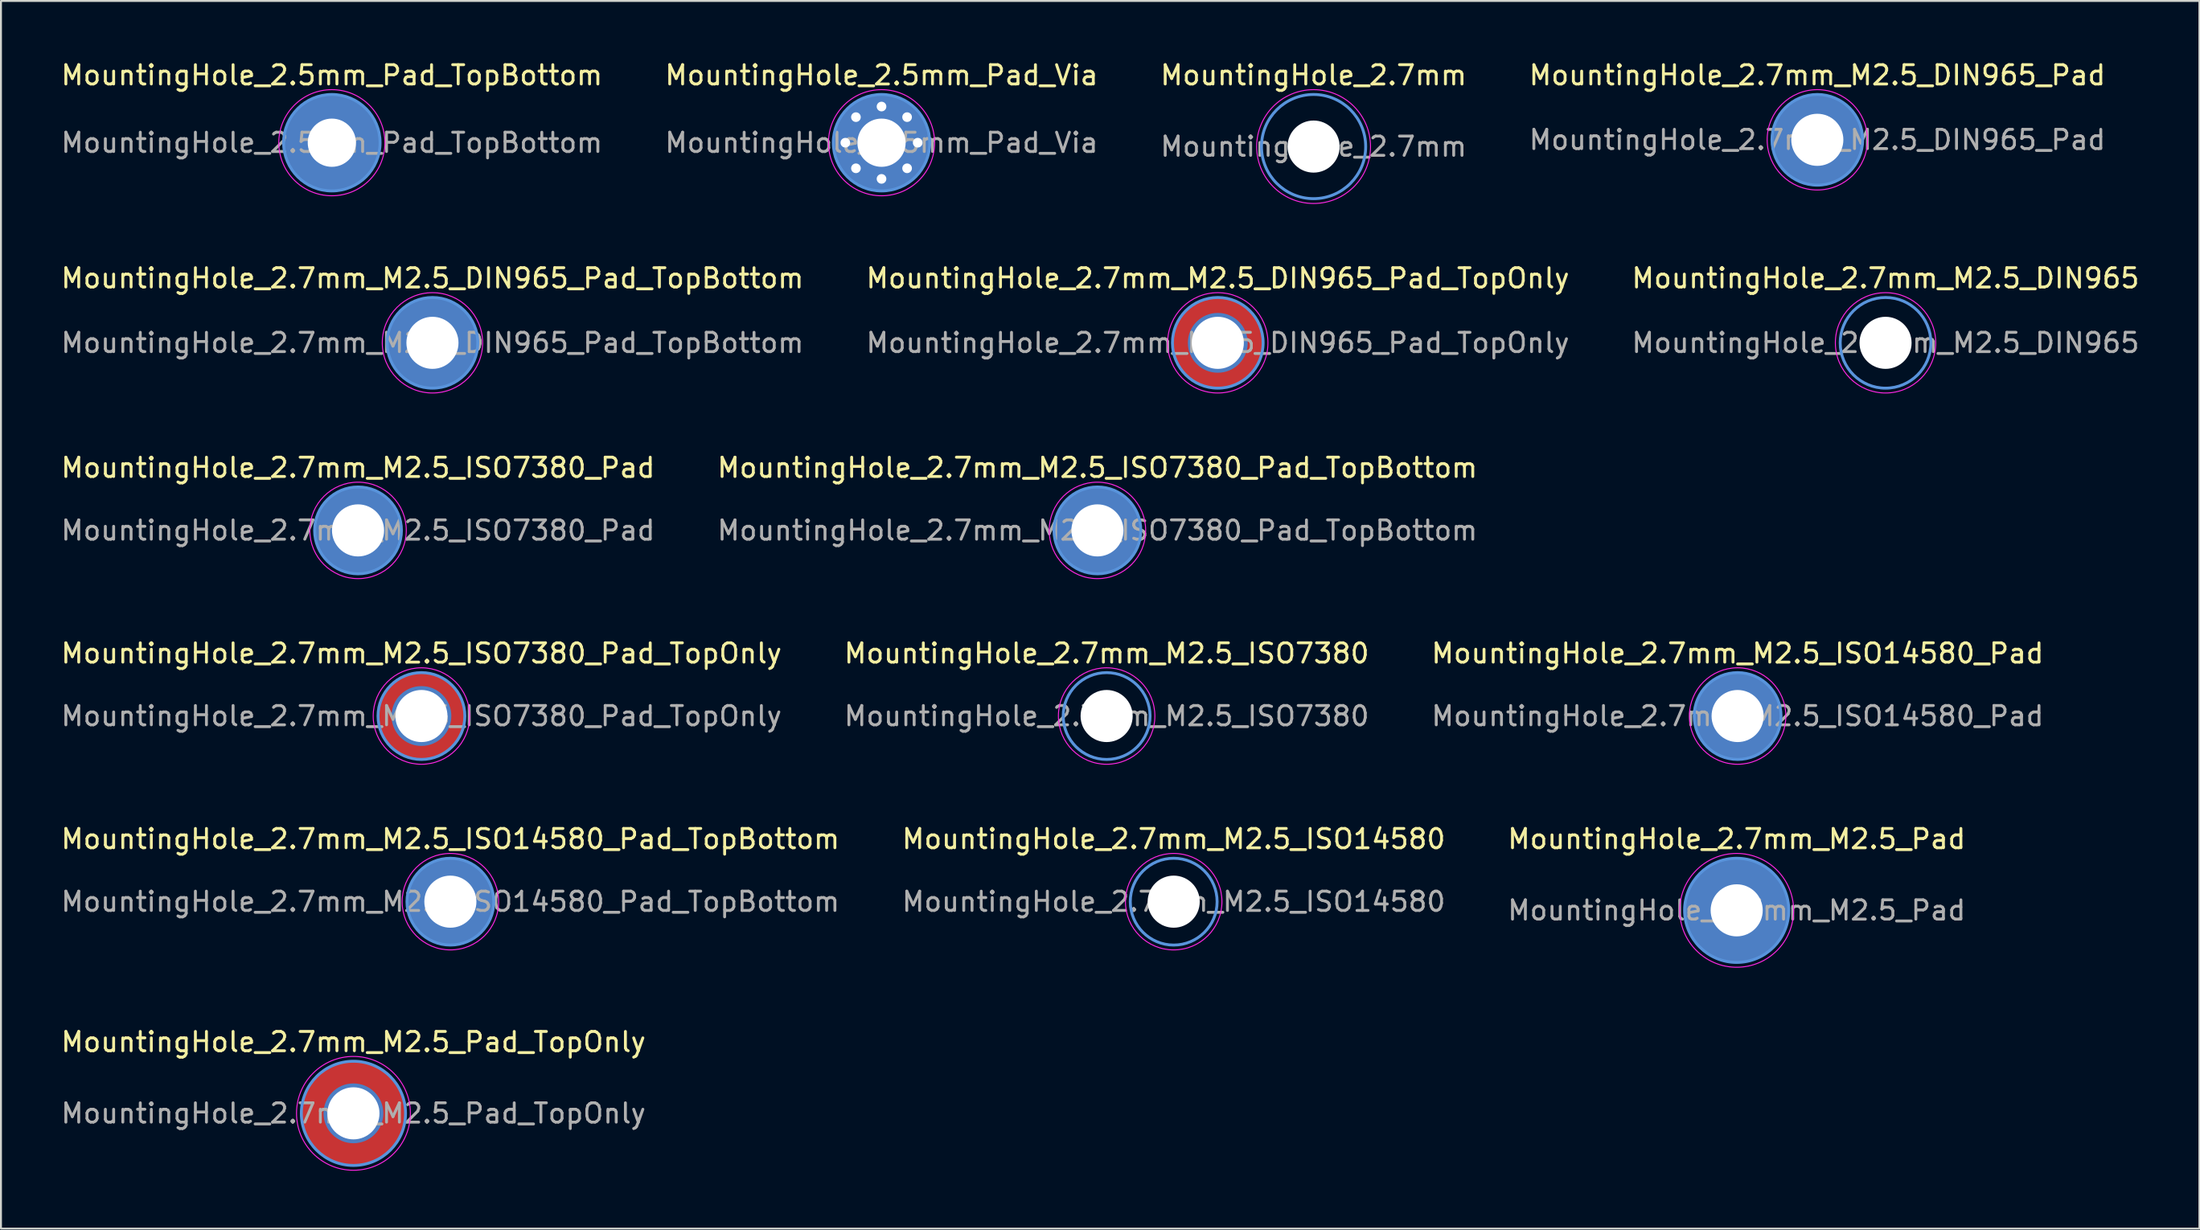
<source format=kicad_pcb>
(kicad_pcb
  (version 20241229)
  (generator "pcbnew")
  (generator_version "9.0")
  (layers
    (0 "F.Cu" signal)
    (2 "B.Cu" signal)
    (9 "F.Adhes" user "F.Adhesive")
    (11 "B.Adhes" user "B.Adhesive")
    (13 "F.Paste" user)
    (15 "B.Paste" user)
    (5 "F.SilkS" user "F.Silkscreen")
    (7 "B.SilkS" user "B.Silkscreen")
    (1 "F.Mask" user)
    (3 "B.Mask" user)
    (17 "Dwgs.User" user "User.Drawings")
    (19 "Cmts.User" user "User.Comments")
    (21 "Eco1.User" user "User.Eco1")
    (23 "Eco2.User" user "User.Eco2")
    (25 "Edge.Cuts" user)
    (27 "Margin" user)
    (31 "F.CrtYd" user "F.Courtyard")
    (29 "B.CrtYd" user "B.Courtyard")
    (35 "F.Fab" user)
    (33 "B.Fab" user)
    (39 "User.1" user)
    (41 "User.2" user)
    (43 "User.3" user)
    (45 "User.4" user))
  (footprint "MountingHole_2.7mm_M2.5_DIN965"
    (layer "F.Cu")
    (at 94.673 14.722)
    (property "Reference" "MountingHole_2.7mm_M2.5_DIN965" (at 0 -3.35 0) (layer "F.SilkS") (effects (font (size 1 1) (thickness 0.15))))
    (attr exclude_from_pos_files exclude_from_bom)
    (fp_circle (center 0 0) (end 2.35 0) (stroke (width 0.15) (type solid)) (fill no) (layer "Cmts.User"))
    (fp_circle (center 0 0) (end 2.6 0) (stroke (width 0.05) (type solid)) (fill no) (layer "F.CrtYd"))
    (fp_text user "${REFERENCE}" (at 0 0 0) (layer "F.Fab") (effects (font (size 1 1) (thickness 0.15))))
    (pad "" np_thru_hole circle (at 0 0) (size 2.7 2.7) (drill 2.7) (layers "*.Cu" "*.Mask")))
  (footprint "MountingHole_2.7mm_M2.5_ISO7380_Pad_TopOnly"
    (layer "F.Cu")
    (at 18.792 34.068)
    (property "Reference" "MountingHole_2.7mm_M2.5_ISO7380_Pad_TopOnly" (at 0 -3.25 0) (layer "F.SilkS") (effects (font (size 1 1) (thickness 0.15))))
    (attr exclude_from_pos_files exclude_from_bom)
    (fp_circle (center 0 0) (end 2.25 0) (stroke (width 0.15) (type solid)) (fill no) (layer "Cmts.User"))
    (fp_circle (center 0 0) (end 2.5 0) (stroke (width 0.05) (type solid)) (fill no) (layer "F.CrtYd"))
    (fp_text user "${REFERENCE}" (at 0 0 0) (layer "F.Fab") (effects (font (size 1 1) (thickness 0.15))))
    (pad "1" thru_hole circle (at 0 0) (size 3.1 3.1) (drill 2.7) (layers "*.Cu" "*.Mask"))
    (pad "1" connect circle (at 0 0) (size 4.5 4.5) (layers "F.Cu" "F.Mask")))
  (footprint "MountingHole_2.7mm_M2.5_Pad_TopOnly"
    (layer "F.Cu")
    (at 15.268 54.664)
    (property "Reference" "MountingHole_2.7mm_M2.5_Pad_TopOnly" (at 0 -3.7 0) (layer "F.SilkS") (effects (font (size 1 1) (thickness 0.15))))
    (attr exclude_from_pos_files exclude_from_bom)
    (fp_circle (center 0 0) (end 2.7 0) (stroke (width 0.15) (type solid)) (fill no) (layer "Cmts.User"))
    (fp_circle (center 0 0) (end 2.95 0) (stroke (width 0.05) (type solid)) (fill no) (layer "F.CrtYd"))
    (fp_text user "${REFERENCE}" (at 0 0 0) (layer "F.Fab") (effects (font (size 1 1) (thickness 0.15))))
    (pad "1" thru_hole circle (at 0 0) (size 3.1 3.1) (drill 2.7) (layers "*.Cu" "*.Mask"))
    (pad "1" connect circle (at 0 0) (size 5.4 5.4) (layers "F.Cu" "F.Mask")))
  (footprint "MountingHole_2.7mm_M2.5_DIN965_Pad"
    (layer "F.Cu")
    (at 91.137 4.198)
    (property "Reference" "MountingHole_2.7mm_M2.5_DIN965_Pad" (at 0 -3.35 0) (layer "F.SilkS") (effects (font (size 1 1) (thickness 0.15))))
    (attr exclude_from_pos_files exclude_from_bom)
    (fp_circle (center 0 0) (end 2.35 0) (stroke (width 0.15) (type solid)) (fill no) (layer "Cmts.User"))
    (fp_circle (center 0 0) (end 2.6 0) (stroke (width 0.05) (type solid)) (fill no) (layer "F.CrtYd"))
    (fp_text user "${REFERENCE}" (at 0 0 0) (layer "F.Fab") (effects (font (size 1 1) (thickness 0.15))))
    (pad "1" thru_hole circle (at 0 0) (size 4.7 4.7) (drill 2.7) (layers "*.Cu" "*.Mask")))
  (footprint "MountingHole_2.7mm_M2.5_ISO7380"
    (layer "F.Cu")
    (at 54.304 34.068)
    (property "Reference" "MountingHole_2.7mm_M2.5_ISO7380" (at 0 -3.25 0) (layer "F.SilkS") (effects (font (size 1 1) (thickness 0.15))))
    (attr exclude_from_pos_files exclude_from_bom)
    (fp_circle (center 0 0) (end 2.25 0) (stroke (width 0.15) (type solid)) (fill no) (layer "Cmts.User"))
    (fp_circle (center 0 0) (end 2.5 0) (stroke (width 0.05) (type solid)) (fill no) (layer "F.CrtYd"))
    (fp_text user "${REFERENCE}" (at 0 0 0) (layer "F.Fab") (effects (font (size 1 1) (thickness 0.15))))
    (pad "" np_thru_hole circle (at 0 0) (size 2.7 2.7) (drill 2.7) (layers "*.Cu" "*.Mask")))
  (footprint "MountingHole_2.5mm_Pad_TopBottom"
    (layer "F.Cu")
    (at 14.149 4.348)
    (property "Reference" "MountingHole_2.5mm_Pad_TopBottom" (at 0 -3.5 0) (layer "F.SilkS") (effects (font (size 1 1) (thickness 0.15))))
    (attr exclude_from_pos_files exclude_from_bom)
    (fp_circle (center 0 0) (end 2.5 0) (stroke (width 0.15) (type solid)) (fill no) (layer "Cmts.User"))
    (fp_circle (center 0 0) (end 2.75 0) (stroke (width 0.05) (type solid)) (fill no) (layer "F.CrtYd"))
    (fp_text user "${REFERENCE}" (at 0 0 0) (layer "F.Fab") (effects (font (size 1 1) (thickness 0.15))))
    (pad "1" thru_hole circle (at 0 0) (size 2.9 2.9) (drill 2.5) (layers "*.Cu" "*.Mask"))
    (pad "1" connect circle (at 0 0) (size 5 5) (layers "F.Cu" "F.Mask"))
    (pad "1" connect circle (at 0 0) (size 5 5) (layers "B.Cu" "B.Mask")))
  (footprint "MountingHole_2.7mm_M2.5_Pad"
    (layer "F.Cu")
    (at 86.958 44.141)
    (property "Reference" "MountingHole_2.7mm_M2.5_Pad" (at 0 -3.7 0) (layer "F.SilkS") (effects (font (size 1 1) (thickness 0.15))))
    (attr exclude_from_pos_files exclude_from_bom)
    (fp_circle (center 0 0) (end 2.7 0) (stroke (width 0.15) (type solid)) (fill no) (layer "Cmts.User"))
    (fp_circle (center 0 0) (end 2.95 0) (stroke (width 0.05) (type solid)) (fill no) (layer "F.CrtYd"))
    (fp_text user "${REFERENCE}" (at 0 0 0) (layer "F.Fab") (effects (font (size 1 1) (thickness 0.15))))
    (pad "1" thru_hole circle (at 0 0) (size 5.4 5.4) (drill 2.7) (layers "*.Cu" "*.Mask")))
  (footprint "MountingHole_2.7mm_M2.5_ISO7380_Pad_TopBottom"
    (layer "F.Cu")
    (at 53.827 24.445)
    (property "Reference" "MountingHole_2.7mm_M2.5_ISO7380_Pad_TopBottom" (at 0 -3.25 0) (layer "F.SilkS") (effects (font (size 1 1) (thickness 0.15))))
    (attr exclude_from_pos_files exclude_from_bom)
    (fp_circle (center 0 0) (end 2.25 0) (stroke (width 0.15) (type solid)) (fill no) (layer "Cmts.User"))
    (fp_circle (center 0 0) (end 2.5 0) (stroke (width 0.05) (type solid)) (fill no) (layer "F.CrtYd"))
    (fp_text user "${REFERENCE}" (at 0 0 0) (layer "F.Fab") (effects (font (size 1 1) (thickness 0.15))))
    (pad "1" thru_hole circle (at 0 0) (size 3.1 3.1) (drill 2.7) (layers "*.Cu" "*.Mask"))
    (pad "1" connect circle (at 0 0) (size 4.5 4.5) (layers "F.Cu" "F.Mask"))
    (pad "1" connect circle (at 0 0) (size 4.5 4.5) (layers "B.Cu" "B.Mask")))
  (footprint "MountingHole_2.7mm_M2.5_ISO14580_Pad"
    (layer "F.Cu")
    (at 87.006 34.068)
    (property "Reference" "MountingHole_2.7mm_M2.5_ISO14580_Pad" (at 0 -3.25 0) (layer "F.SilkS") (effects (font (size 1 1) (thickness 0.15))))
    (attr exclude_from_pos_files exclude_from_bom)
    (fp_circle (center 0 0) (end 2.25 0) (stroke (width 0.15) (type solid)) (fill no) (layer "Cmts.User"))
    (fp_circle (center 0 0) (end 2.5 0) (stroke (width 0.05) (type solid)) (fill no) (layer "F.CrtYd"))
    (fp_text user "${REFERENCE}" (at 0 0 0) (layer "F.Fab") (effects (font (size 1 1) (thickness 0.15))))
    (pad "1" thru_hole circle (at 0 0) (size 4.5 4.5) (drill 2.7) (layers "*.Cu" "*.Mask")))
  (footprint "MountingHole_2.7mm_M2.5_ISO14580_Pad_TopBottom"
    (layer "F.Cu")
    (at 20.292 43.691)
    (property "Reference" "MountingHole_2.7mm_M2.5_ISO14580_Pad_TopBottom" (at 0 -3.25 0) (layer "F.SilkS") (effects (font (size 1 1) (thickness 0.15))))
    (attr exclude_from_pos_files exclude_from_bom)
    (fp_circle (center 0 0) (end 2.25 0) (stroke (width 0.15) (type solid)) (fill no) (layer "Cmts.User"))
    (fp_circle (center 0 0) (end 2.5 0) (stroke (width 0.05) (type solid)) (fill no) (layer "F.CrtYd"))
    (fp_text user "${REFERENCE}" (at 0 0 0) (layer "F.Fab") (effects (font (size 1 1) (thickness 0.15))))
    (pad "1" thru_hole circle (at 0 0) (size 3.1 3.1) (drill 2.7) (layers "*.Cu" "*.Mask"))
    (pad "1" connect circle (at 0 0) (size 4.5 4.5) (layers "F.Cu" "F.Mask"))
    (pad "1" connect circle (at 0 0) (size 4.5 4.5) (layers "B.Cu" "B.Mask")))
  (footprint "MountingHole_2.7mm"
    (layer "F.Cu")
    (at 65.03 4.548)
    (property "Reference" "MountingHole_2.7mm" (at 0 -3.7 0) (layer "F.SilkS") (effects (font (size 1 1) (thickness 0.15))))
    (attr exclude_from_pos_files exclude_from_bom)
    (fp_circle (center 0 0) (end 2.7 0) (stroke (width 0.15) (type solid)) (fill no) (layer "Cmts.User"))
    (fp_circle (center 0 0) (end 2.95 0) (stroke (width 0.05) (type solid)) (fill no) (layer "F.CrtYd"))
    (fp_text user "${REFERENCE}" (at 0 0 0) (layer "F.Fab") (effects (font (size 1 1) (thickness 0.15))))
    (pad "" np_thru_hole circle (at 0 0) (size 2.7 2.7) (drill 2.7) (layers "*.Cu" "*.Mask")))
  (footprint "MountingHole_2.7mm_M2.5_DIN965_Pad_TopOnly"
    (layer "F.Cu")
    (at 60.065 14.722)
    (property "Reference" "MountingHole_2.7mm_M2.5_DIN965_Pad_TopOnly" (at 0 -3.35 0) (layer "F.SilkS") (effects (font (size 1 1) (thickness 0.15))))
    (attr exclude_from_pos_files exclude_from_bom)
    (fp_circle (center 0 0) (end 2.35 0) (stroke (width 0.15) (type solid)) (fill no) (layer "Cmts.User"))
    (fp_circle (center 0 0) (end 2.6 0) (stroke (width 0.05) (type solid)) (fill no) (layer "F.CrtYd"))
    (fp_text user "${REFERENCE}" (at 0 0 0) (layer "F.Fab") (effects (font (size 1 1) (thickness 0.15))))
    (pad "1" thru_hole circle (at 0 0) (size 3.1 3.1) (drill 2.7) (layers "*.Cu" "*.Mask"))
    (pad "1" connect circle (at 0 0) (size 4.7 4.7) (layers "F.Cu" "F.Mask")))
  (footprint "MountingHole_2.5mm_Pad_Via"
    (layer "F.Cu")
    (at 42.637 4.348)
    (property "Reference" "MountingHole_2.5mm_Pad_Via" (at 0 -3.5 0) (layer "F.SilkS") (effects (font (size 1 1) (thickness 0.15))))
    (attr exclude_from_pos_files exclude_from_bom)
    (fp_circle (center 0 0) (end 2.5 0) (stroke (width 0.15) (type solid)) (fill no) (layer "Cmts.User"))
    (fp_circle (center 0 0) (end 2.75 0) (stroke (width 0.05) (type solid)) (fill no) (layer "F.CrtYd"))
    (fp_text user "${REFERENCE}" (at 0 0 0) (layer "F.Fab") (effects (font (size 1 1) (thickness 0.15))))
    (pad "1" thru_hole circle (at -1.875 0) (size 0.8 0.8) (drill 0.5) (layers "*.Cu" "*.Mask"))
    (pad "1" thru_hole circle (at -1.326 -1.326) (size 0.8 0.8) (drill 0.5) (layers "*.Cu" "*.Mask"))
    (pad "1" thru_hole circle (at -1.326 1.326) (size 0.8 0.8) (drill 0.5) (layers "*.Cu" "*.Mask"))
    (pad "1" thru_hole circle (at 0 -1.875) (size 0.8 0.8) (drill 0.5) (layers "*.Cu" "*.Mask"))
    (pad "1" thru_hole circle (at 0 0) (size 5 5) (drill 2.5) (layers "*.Cu" "*.Mask"))
    (pad "1" thru_hole circle (at 0 1.875) (size 0.8 0.8) (drill 0.5) (layers "*.Cu" "*.Mask"))
    (pad "1" thru_hole circle (at 1.326 -1.326) (size 0.8 0.8) (drill 0.5) (layers "*.Cu" "*.Mask"))
    (pad "1" thru_hole circle (at 1.326 1.326) (size 0.8 0.8) (drill 0.5) (layers "*.Cu" "*.Mask"))
    (pad "1" thru_hole circle (at 1.875 0) (size 0.8 0.8) (drill 0.5) (layers "*.Cu" "*.Mask")))
  (footprint "MountingHole_2.7mm_M2.5_DIN965_Pad_TopBottom"
    (layer "F.Cu")
    (at 19.363 14.722)
    (property "Reference" "MountingHole_2.7mm_M2.5_DIN965_Pad_TopBottom" (at 0 -3.35 0) (layer "F.SilkS") (effects (font (size 1 1) (thickness 0.15))))
    (attr exclude_from_pos_files exclude_from_bom)
    (fp_circle (center 0 0) (end 2.35 0) (stroke (width 0.15) (type solid)) (fill no) (layer "Cmts.User"))
    (fp_circle (center 0 0) (end 2.6 0) (stroke (width 0.05) (type solid)) (fill no) (layer "F.CrtYd"))
    (fp_text user "${REFERENCE}" (at 0 0 0) (layer "F.Fab") (effects (font (size 1 1) (thickness 0.15))))
    (pad "1" thru_hole circle (at 0 0) (size 3.1 3.1) (drill 2.7) (layers "*.Cu" "*.Mask"))
    (pad "1" connect circle (at 0 0) (size 4.7 4.7) (layers "F.Cu" "F.Mask"))
    (pad "1" connect circle (at 0 0) (size 4.7 4.7) (layers "B.Cu" "B.Mask")))
  (footprint "MountingHole_2.7mm_M2.5_ISO14580"
    (layer "F.Cu")
    (at 57.78 43.691)
    (property "Reference" "MountingHole_2.7mm_M2.5_ISO14580" (at 0 -3.25 0) (layer "F.SilkS") (effects (font (size 1 1) (thickness 0.15))))
    (attr exclude_from_pos_files exclude_from_bom)
    (fp_circle (center 0 0) (end 2.25 0) (stroke (width 0.15) (type solid)) (fill no) (layer "Cmts.User"))
    (fp_circle (center 0 0) (end 2.5 0) (stroke (width 0.05) (type solid)) (fill no) (layer "F.CrtYd"))
    (fp_text user "${REFERENCE}" (at 0 0 0) (layer "F.Fab") (effects (font (size 1 1) (thickness 0.15))))
    (pad "" np_thru_hole circle (at 0 0) (size 2.7 2.7) (drill 2.7) (layers "*.Cu" "*.Mask")))
  (footprint "MountingHole_2.7mm_M2.5_ISO7380_Pad"
    (layer "F.Cu")
    (at 15.506 24.445)
    (property "Reference" "MountingHole_2.7mm_M2.5_ISO7380_Pad" (at 0 -3.25 0) (layer "F.SilkS") (effects (font (size 1 1) (thickness 0.15))))
    (attr exclude_from_pos_files exclude_from_bom)
    (fp_circle (center 0 0) (end 2.25 0) (stroke (width 0.15) (type solid)) (fill no) (layer "Cmts.User"))
    (fp_circle (center 0 0) (end 2.5 0) (stroke (width 0.05) (type solid)) (fill no) (layer "F.CrtYd"))
    (fp_text user "${REFERENCE}" (at 0 0 0) (layer "F.Fab") (effects (font (size 1 1) (thickness 0.15))))
    (pad "1" thru_hole circle (at 0 0) (size 4.5 4.5) (drill 2.7) (layers "*.Cu" "*.Mask")))
  (gr_rect
    (start -3 -3)
    (end 110.94 60.639)
    (stroke (width 0.1) (type default))
    (fill no)
    (layer "Edge.Cuts")))
</source>
